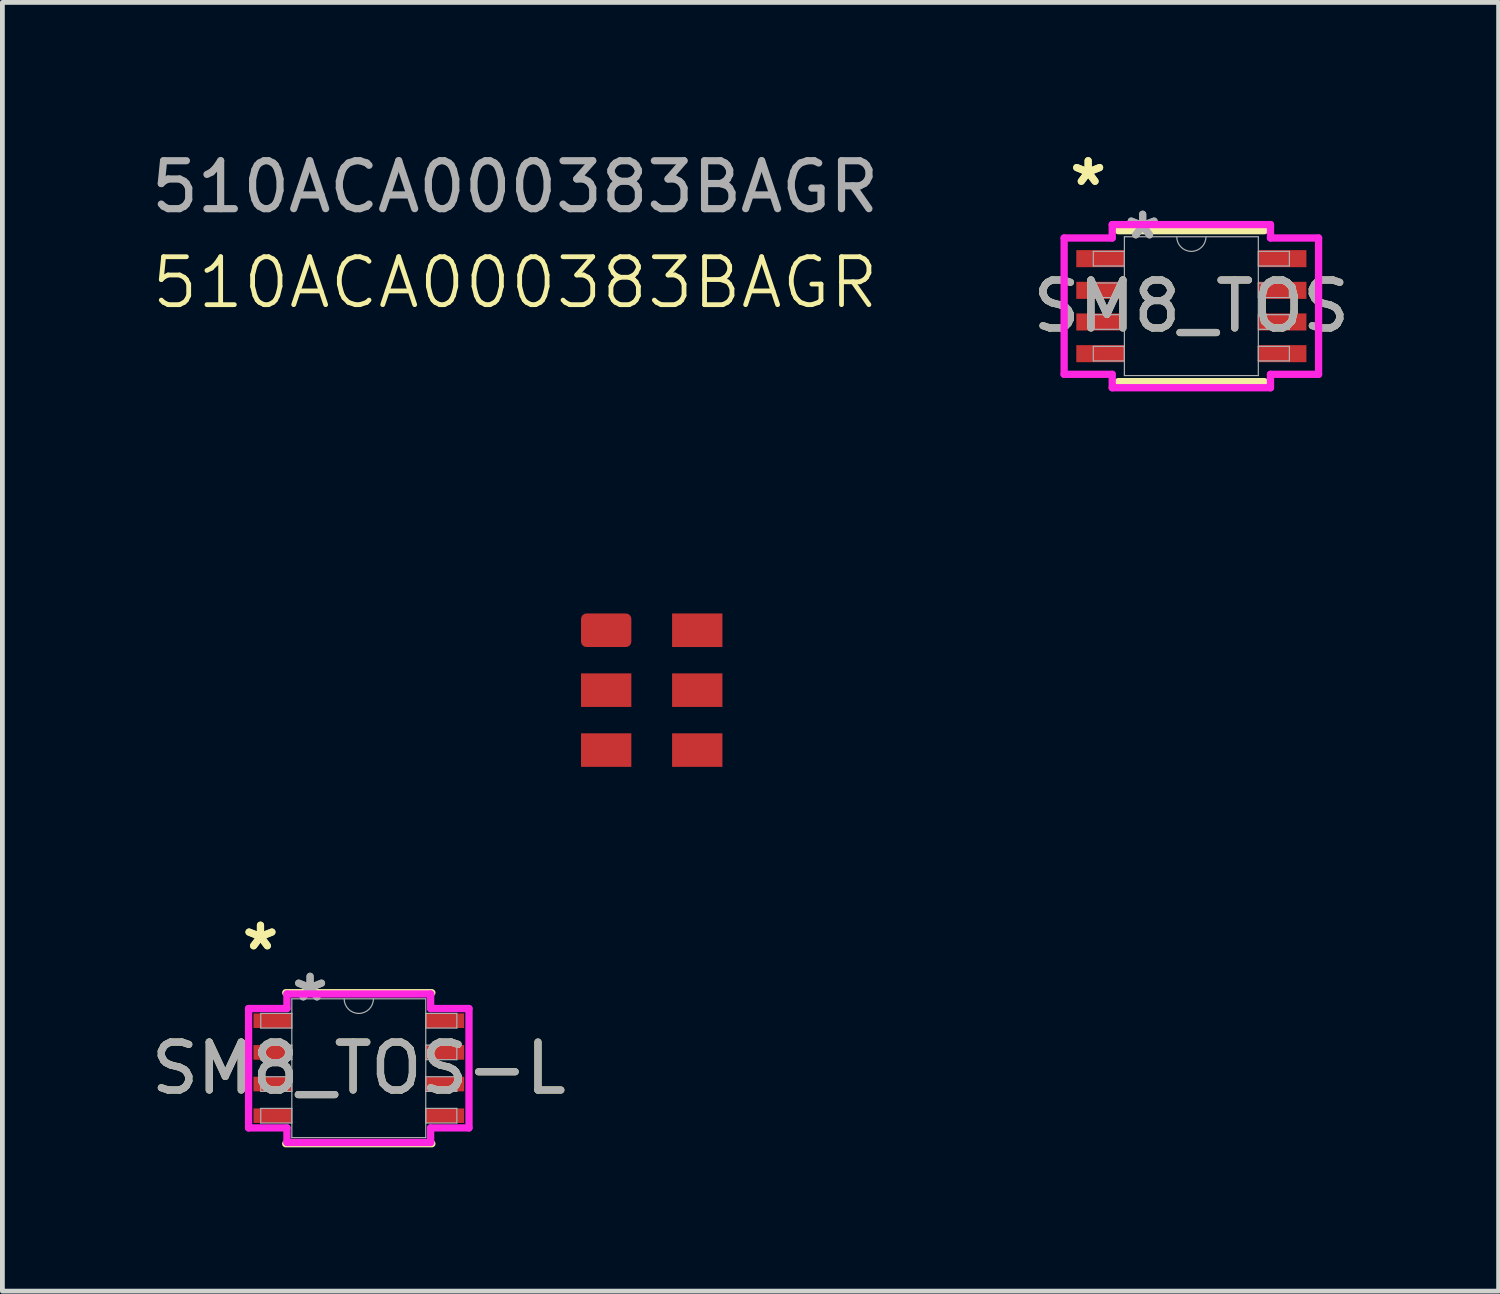
<source format=kicad_pcb>
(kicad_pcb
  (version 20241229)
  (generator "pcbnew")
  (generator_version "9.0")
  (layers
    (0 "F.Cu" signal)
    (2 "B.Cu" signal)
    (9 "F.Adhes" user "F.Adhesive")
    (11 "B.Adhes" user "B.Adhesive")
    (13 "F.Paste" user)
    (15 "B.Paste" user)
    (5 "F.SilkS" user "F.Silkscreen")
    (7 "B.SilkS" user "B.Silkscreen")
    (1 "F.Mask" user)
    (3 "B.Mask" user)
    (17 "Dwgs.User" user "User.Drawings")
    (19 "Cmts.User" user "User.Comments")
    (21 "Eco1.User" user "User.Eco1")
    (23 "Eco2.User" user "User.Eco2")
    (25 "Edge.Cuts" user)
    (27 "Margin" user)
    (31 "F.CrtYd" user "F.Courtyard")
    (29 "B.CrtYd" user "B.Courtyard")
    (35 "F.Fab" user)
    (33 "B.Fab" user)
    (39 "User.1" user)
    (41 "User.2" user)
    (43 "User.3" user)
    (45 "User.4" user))
  (footprint "510ACA000383BAGR"
    (layer "F.Cu")
    (at 7.696 8.848)
    (property "Reference" "510ACA000383BAGR" (at 0 -6 0) (unlocked yes) (layer "F.SilkS") (effects (font (size 1 1) (thickness 0.1))))
    (attr smd)
    (fp_text user "${REFERENCE}" (at 0 -8 0) (unlocked yes) (layer "F.Fab") (effects (font (size 1 1) (thickness 0.15))))
    (pad "1" smd roundrect (at 1.9 1.25) (size 1.05 0.7) (layers "F.Cu" "F.Mask" "F.Paste") (roundrect_rratio 0.164))
    (pad "2" smd rect (at 1.9 2.5) (size 1.05 0.7) (layers "F.Cu" "F.Mask" "F.Paste"))
    (pad "3" smd rect (at 1.9 3.75) (size 1.05 0.7) (layers "F.Cu" "F.Mask" "F.Paste"))
    (pad "4" smd rect (at 3.8 3.75) (size 1.05 0.7) (layers "F.Cu" "F.Mask" "F.Paste"))
    (pad "5" smd rect (at 3.8 2.5) (size 1.05 0.7) (layers "F.Cu" "F.Mask" "F.Paste"))
    (pad "6" smd rect (at 3.8 1.25) (size 1.05 0.7) (layers "F.Cu" "F.Mask" "F.Paste")))
  (footprint "SM8_TOS"
    (layer "F.Cu")
    (at 21.804 3.337)
    (property "Reference" "SM8_TOS" (at 0 0 0) (unlocked yes) (layer "F.SilkS") (effects (font (size 1 1) (thickness 0.15))))
    (attr smd)
    (fp_line (start -1.524 1.575) (end 1.524 1.575) (stroke (width 0.152) (type solid)) (layer "F.SilkS"))
    (fp_line (start 1.524 -1.575) (end -1.524 -1.575) (stroke (width 0.152) (type solid)) (layer "F.SilkS"))
    (fp_line (start -2.654 -1.422) (end -1.651 -1.422) (stroke (width 0.152) (type solid)) (layer "F.CrtYd"))
    (fp_line (start -2.654 1.422) (end -2.654 -1.422) (stroke (width 0.152) (type solid)) (layer "F.CrtYd"))
    (fp_line (start -2.654 1.422) (end -1.651 1.422) (stroke (width 0.152) (type solid)) (layer "F.CrtYd"))
    (fp_line (start -1.651 -1.702) (end 1.651 -1.702) (stroke (width 0.152) (type solid)) (layer "F.CrtYd"))
    (fp_line (start -1.651 -1.422) (end -1.651 -1.702) (stroke (width 0.152) (type solid)) (layer "F.CrtYd"))
    (fp_line (start -1.651 1.702) (end -1.651 1.422) (stroke (width 0.152) (type solid)) (layer "F.CrtYd"))
    (fp_line (start 1.651 -1.702) (end 1.651 -1.422) (stroke (width 0.152) (type solid)) (layer "F.CrtYd"))
    (fp_line (start 1.651 1.422) (end 1.651 1.702) (stroke (width 0.152) (type solid)) (layer "F.CrtYd"))
    (fp_line (start 1.651 1.702) (end -1.651 1.702) (stroke (width 0.152) (type solid)) (layer "F.CrtYd"))
    (fp_line (start 2.654 -1.422) (end 1.651 -1.422) (stroke (width 0.152) (type solid)) (layer "F.CrtYd"))
    (fp_line (start 2.654 -1.422) (end 2.654 1.422) (stroke (width 0.152) (type solid)) (layer "F.CrtYd"))
    (fp_line (start 2.654 1.422) (end 1.651 1.422) (stroke (width 0.152) (type solid)) (layer "F.CrtYd"))
    (fp_line (start -2.045 -1.143) (end -2.045 -0.838) (stroke (width 0.025) (type solid)) (layer "F.Fab"))
    (fp_line (start -2.045 -0.838) (end -1.397 -0.838) (stroke (width 0.025) (type solid)) (layer "F.Fab"))
    (fp_line (start -2.045 -0.483) (end -2.045 -0.178) (stroke (width 0.025) (type solid)) (layer "F.Fab"))
    (fp_line (start -2.045 -0.178) (end -1.397 -0.178) (stroke (width 0.025) (type solid)) (layer "F.Fab"))
    (fp_line (start -2.045 0.178) (end -2.045 0.483) (stroke (width 0.025) (type solid)) (layer "F.Fab"))
    (fp_line (start -2.045 0.483) (end -1.397 0.483) (stroke (width 0.025) (type solid)) (layer "F.Fab"))
    (fp_line (start -2.045 0.838) (end -2.045 1.143) (stroke (width 0.025) (type solid)) (layer "F.Fab"))
    (fp_line (start -2.045 1.143) (end -1.397 1.143) (stroke (width 0.025) (type solid)) (layer "F.Fab"))
    (fp_line (start -1.397 -1.448) (end -1.397 1.448) (stroke (width 0.025) (type solid)) (layer "F.Fab"))
    (fp_line (start -1.397 -1.143) (end -2.045 -1.143) (stroke (width 0.025) (type solid)) (layer "F.Fab"))
    (fp_line (start -1.397 -0.838) (end -1.397 -1.143) (stroke (width 0.025) (type solid)) (layer "F.Fab"))
    (fp_line (start -1.397 -0.483) (end -2.045 -0.483) (stroke (width 0.025) (type solid)) (layer "F.Fab"))
    (fp_line (start -1.397 -0.178) (end -1.397 -0.483) (stroke (width 0.025) (type solid)) (layer "F.Fab"))
    (fp_line (start -1.397 0.178) (end -2.045 0.178) (stroke (width 0.025) (type solid)) (layer "F.Fab"))
    (fp_line (start -1.397 0.483) (end -1.397 0.178) (stroke (width 0.025) (type solid)) (layer "F.Fab"))
    (fp_line (start -1.397 0.838) (end -2.045 0.838) (stroke (width 0.025) (type solid)) (layer "F.Fab"))
    (fp_line (start -1.397 1.143) (end -1.397 0.838) (stroke (width 0.025) (type solid)) (layer "F.Fab"))
    (fp_line (start -1.397 1.448) (end 1.397 1.448) (stroke (width 0.025) (type solid)) (layer "F.Fab"))
    (fp_line (start 1.397 -1.448) (end -1.397 -1.448) (stroke (width 0.025) (type solid)) (layer "F.Fab"))
    (fp_line (start 1.397 -1.143) (end 1.397 -0.838) (stroke (width 0.025) (type solid)) (layer "F.Fab"))
    (fp_line (start 1.397 -0.838) (end 2.045 -0.838) (stroke (width 0.025) (type solid)) (layer "F.Fab"))
    (fp_line (start 1.397 -0.483) (end 1.397 -0.178) (stroke (width 0.025) (type solid)) (layer "F.Fab"))
    (fp_line (start 1.397 -0.178) (end 2.045 -0.178) (stroke (width 0.025) (type solid)) (layer "F.Fab"))
    (fp_line (start 1.397 0.178) (end 1.397 0.483) (stroke (width 0.025) (type solid)) (layer "F.Fab"))
    (fp_line (start 1.397 0.483) (end 2.045 0.483) (stroke (width 0.025) (type solid)) (layer "F.Fab"))
    (fp_line (start 1.397 0.838) (end 1.397 1.143) (stroke (width 0.025) (type solid)) (layer "F.Fab"))
    (fp_line (start 1.397 1.143) (end 2.045 1.143) (stroke (width 0.025) (type solid)) (layer "F.Fab"))
    (fp_line (start 1.397 1.448) (end 1.397 -1.448) (stroke (width 0.025) (type solid)) (layer "F.Fab"))
    (fp_line (start 2.045 -1.143) (end 1.397 -1.143) (stroke (width 0.025) (type solid)) (layer "F.Fab"))
    (fp_line (start 2.045 -0.838) (end 2.045 -1.143) (stroke (width 0.025) (type solid)) (layer "F.Fab"))
    (fp_line (start 2.045 -0.483) (end 1.397 -0.483) (stroke (width 0.025) (type solid)) (layer "F.Fab"))
    (fp_line (start 2.045 -0.178) (end 2.045 -0.483) (stroke (width 0.025) (type solid)) (layer "F.Fab"))
    (fp_line (start 2.045 0.178) (end 1.397 0.178) (stroke (width 0.025) (type solid)) (layer "F.Fab"))
    (fp_line (start 2.045 0.483) (end 2.045 0.178) (stroke (width 0.025) (type solid)) (layer "F.Fab"))
    (fp_line (start 2.045 0.838) (end 1.397 0.838) (stroke (width 0.025) (type solid)) (layer "F.Fab"))
    (fp_line (start 2.045 1.143) (end 2.045 0.838) (stroke (width 0.025) (type solid)) (layer "F.Fab"))
    (fp_arc (start 0.3048 -1.4478) (mid 0 -1.143) (end -0.3048 -1.4478) (stroke (width 0.0254) (type solid)) (layer "F.Fab"))
    (fp_text user "*" (at -2.153 -2.489 0) (layer "F.SilkS") (effects (font (size 1 1) (thickness 0.15))))
    (fp_text user "*" (at -2.153 -2.489 0) (unlocked yes) (layer "F.SilkS") (effects (font (size 1 1) (thickness 0.15))))
    (fp_text user "*" (at -1.016 -1.372 0) (unlocked yes) (layer "F.Fab") (effects (font (size 1 1) (thickness 0.15))))
    (fp_text user "*" (at -1.016 -1.372 0) (layer "F.Fab") (effects (font (size 1 1) (thickness 0.15))))
    (fp_text user "${REFERENCE}" (at 0 0 0) (unlocked yes) (layer "F.Fab") (effects (font (size 1 1) (thickness 0.15))))
    (pad "1" smd rect (at -1.899 -0.991) (size 1.003 0.356) (layers "F.Cu" "F.Mask" "F.Paste"))
    (pad "2" smd rect (at -1.899 -0.33) (size 1.003 0.356) (layers "F.Cu" "F.Mask" "F.Paste"))
    (pad "3" smd rect (at -1.899 0.33) (size 1.003 0.356) (layers "F.Cu" "F.Mask" "F.Paste"))
    (pad "4" smd rect (at -1.899 0.991) (size 1.003 0.356) (layers "F.Cu" "F.Mask" "F.Paste"))
    (pad "5" smd rect (at 1.899 0.991) (size 1.003 0.356) (layers "F.Cu" "F.Mask" "F.Paste"))
    (pad "6" smd rect (at 1.899 0.33) (size 1.003 0.356) (layers "F.Cu" "F.Mask" "F.Paste"))
    (pad "7" smd rect (at 1.899 -0.33) (size 1.003 0.356) (layers "F.Cu" "F.Mask" "F.Paste"))
    (pad "8" smd rect (at 1.899 -0.991) (size 1.003 0.356) (layers "F.Cu" "F.Mask" "F.Paste")))
  (footprint "SM8_TOS-L"
    (layer "F.Cu")
    (at 4.435 19.235)
    (property "Reference" "SM8_TOS-L" (at 0 0 0) (unlocked yes) (layer "F.SilkS") (effects (font (size 1 1) (thickness 0.15))))
    (attr smd)
    (fp_line (start -1.524 1.575) (end 1.524 1.575) (stroke (width 0.152) (type solid)) (layer "F.SilkS"))
    (fp_line (start 1.524 -1.575) (end -1.524 -1.575) (stroke (width 0.152) (type solid)) (layer "F.SilkS"))
    (fp_line (start -2.299 -1.245) (end -1.499 -1.245) (stroke (width 0.152) (type solid)) (layer "F.CrtYd"))
    (fp_line (start -2.299 1.245) (end -2.299 -1.245) (stroke (width 0.152) (type solid)) (layer "F.CrtYd"))
    (fp_line (start -2.299 1.245) (end -1.499 1.245) (stroke (width 0.152) (type solid)) (layer "F.CrtYd"))
    (fp_line (start -1.499 -1.549) (end 1.499 -1.549) (stroke (width 0.152) (type solid)) (layer "F.CrtYd"))
    (fp_line (start -1.499 -1.245) (end -1.499 -1.549) (stroke (width 0.152) (type solid)) (layer "F.CrtYd"))
    (fp_line (start -1.499 1.549) (end -1.499 1.245) (stroke (width 0.152) (type solid)) (layer "F.CrtYd"))
    (fp_line (start 1.499 -1.549) (end 1.499 -1.245) (stroke (width 0.152) (type solid)) (layer "F.CrtYd"))
    (fp_line (start 1.499 1.245) (end 1.499 1.549) (stroke (width 0.152) (type solid)) (layer "F.CrtYd"))
    (fp_line (start 1.499 1.549) (end -1.499 1.549) (stroke (width 0.152) (type solid)) (layer "F.CrtYd"))
    (fp_line (start 2.299 -1.245) (end 1.499 -1.245) (stroke (width 0.152) (type solid)) (layer "F.CrtYd"))
    (fp_line (start 2.299 -1.245) (end 2.299 1.245) (stroke (width 0.152) (type solid)) (layer "F.CrtYd"))
    (fp_line (start 2.299 1.245) (end 1.499 1.245) (stroke (width 0.152) (type solid)) (layer "F.CrtYd"))
    (fp_line (start -2.045 -1.143) (end -2.045 -0.838) (stroke (width 0.025) (type solid)) (layer "F.Fab"))
    (fp_line (start -2.045 -0.838) (end -1.397 -0.838) (stroke (width 0.025) (type solid)) (layer "F.Fab"))
    (fp_line (start -2.045 -0.483) (end -2.045 -0.178) (stroke (width 0.025) (type solid)) (layer "F.Fab"))
    (fp_line (start -2.045 -0.178) (end -1.397 -0.178) (stroke (width 0.025) (type solid)) (layer "F.Fab"))
    (fp_line (start -2.045 0.178) (end -2.045 0.483) (stroke (width 0.025) (type solid)) (layer "F.Fab"))
    (fp_line (start -2.045 0.483) (end -1.397 0.483) (stroke (width 0.025) (type solid)) (layer "F.Fab"))
    (fp_line (start -2.045 0.838) (end -2.045 1.143) (stroke (width 0.025) (type solid)) (layer "F.Fab"))
    (fp_line (start -2.045 1.143) (end -1.397 1.143) (stroke (width 0.025) (type solid)) (layer "F.Fab"))
    (fp_line (start -1.397 -1.448) (end -1.397 1.448) (stroke (width 0.025) (type solid)) (layer "F.Fab"))
    (fp_line (start -1.397 -1.143) (end -2.045 -1.143) (stroke (width 0.025) (type solid)) (layer "F.Fab"))
    (fp_line (start -1.397 -0.838) (end -1.397 -1.143) (stroke (width 0.025) (type solid)) (layer "F.Fab"))
    (fp_line (start -1.397 -0.483) (end -2.045 -0.483) (stroke (width 0.025) (type solid)) (layer "F.Fab"))
    (fp_line (start -1.397 -0.178) (end -1.397 -0.483) (stroke (width 0.025) (type solid)) (layer "F.Fab"))
    (fp_line (start -1.397 0.178) (end -2.045 0.178) (stroke (width 0.025) (type solid)) (layer "F.Fab"))
    (fp_line (start -1.397 0.483) (end -1.397 0.178) (stroke (width 0.025) (type solid)) (layer "F.Fab"))
    (fp_line (start -1.397 0.838) (end -2.045 0.838) (stroke (width 0.025) (type solid)) (layer "F.Fab"))
    (fp_line (start -1.397 1.143) (end -1.397 0.838) (stroke (width 0.025) (type solid)) (layer "F.Fab"))
    (fp_line (start -1.397 1.448) (end 1.397 1.448) (stroke (width 0.025) (type solid)) (layer "F.Fab"))
    (fp_line (start 1.397 -1.448) (end -1.397 -1.448) (stroke (width 0.025) (type solid)) (layer "F.Fab"))
    (fp_line (start 1.397 -1.143) (end 1.397 -0.838) (stroke (width 0.025) (type solid)) (layer "F.Fab"))
    (fp_line (start 1.397 -0.838) (end 2.045 -0.838) (stroke (width 0.025) (type solid)) (layer "F.Fab"))
    (fp_line (start 1.397 -0.483) (end 1.397 -0.178) (stroke (width 0.025) (type solid)) (layer "F.Fab"))
    (fp_line (start 1.397 -0.178) (end 2.045 -0.178) (stroke (width 0.025) (type solid)) (layer "F.Fab"))
    (fp_line (start 1.397 0.178) (end 1.397 0.483) (stroke (width 0.025) (type solid)) (layer "F.Fab"))
    (fp_line (start 1.397 0.483) (end 2.045 0.483) (stroke (width 0.025) (type solid)) (layer "F.Fab"))
    (fp_line (start 1.397 0.838) (end 1.397 1.143) (stroke (width 0.025) (type solid)) (layer "F.Fab"))
    (fp_line (start 1.397 1.143) (end 2.045 1.143) (stroke (width 0.025) (type solid)) (layer "F.Fab"))
    (fp_line (start 1.397 1.448) (end 1.397 -1.448) (stroke (width 0.025) (type solid)) (layer "F.Fab"))
    (fp_line (start 2.045 -1.143) (end 1.397 -1.143) (stroke (width 0.025) (type solid)) (layer "F.Fab"))
    (fp_line (start 2.045 -0.838) (end 2.045 -1.143) (stroke (width 0.025) (type solid)) (layer "F.Fab"))
    (fp_line (start 2.045 -0.483) (end 1.397 -0.483) (stroke (width 0.025) (type solid)) (layer "F.Fab"))
    (fp_line (start 2.045 -0.178) (end 2.045 -0.483) (stroke (width 0.025) (type solid)) (layer "F.Fab"))
    (fp_line (start 2.045 0.178) (end 1.397 0.178) (stroke (width 0.025) (type solid)) (layer "F.Fab"))
    (fp_line (start 2.045 0.483) (end 2.045 0.178) (stroke (width 0.025) (type solid)) (layer "F.Fab"))
    (fp_line (start 2.045 0.838) (end 1.397 0.838) (stroke (width 0.025) (type solid)) (layer "F.Fab"))
    (fp_line (start 2.045 1.143) (end 2.045 0.838) (stroke (width 0.025) (type solid)) (layer "F.Fab"))
    (fp_arc (start 0.3048 -1.4478) (mid 0 -1.143) (end -0.3048 -1.4478) (stroke (width 0.0254) (type solid)) (layer "F.Fab"))
    (fp_text user "*" (at -2.051 -2.438 0) (unlocked yes) (layer "F.SilkS") (effects (font (size 1 1) (thickness 0.15))))
    (fp_text user "*" (at -2.051 -2.438 0) (layer "F.SilkS") (effects (font (size 1 1) (thickness 0.15))))
    (fp_text user "*" (at -1.016 -1.372 0) (layer "F.Fab") (effects (font (size 1 1) (thickness 0.15))))
    (fp_text user "*" (at -1.016 -1.372 0) (unlocked yes) (layer "F.Fab") (effects (font (size 1 1) (thickness 0.15))))
    (fp_text user "${REFERENCE}" (at 0 0 0) (unlocked yes) (layer "F.Fab") (effects (font (size 1 1) (thickness 0.15))))
    (pad "1" smd rect (at -1.797 -0.991) (size 0.8 0.305) (layers "F.Cu" "F.Mask" "F.Paste"))
    (pad "2" smd rect (at -1.797 -0.33) (size 0.8 0.305) (layers "F.Cu" "F.Mask" "F.Paste"))
    (pad "3" smd rect (at -1.797 0.33) (size 0.8 0.305) (layers "F.Cu" "F.Mask" "F.Paste"))
    (pad "4" smd rect (at -1.797 0.991) (size 0.8 0.305) (layers "F.Cu" "F.Mask" "F.Paste"))
    (pad "5" smd rect (at 1.797 0.991) (size 0.8 0.305) (layers "F.Cu" "F.Mask" "F.Paste"))
    (pad "6" smd rect (at 1.797 0.33) (size 0.8 0.305) (layers "F.Cu" "F.Mask" "F.Paste"))
    (pad "7" smd rect (at 1.797 -0.33) (size 0.8 0.305) (layers "F.Cu" "F.Mask" "F.Paste"))
    (pad "8" smd rect (at 1.797 -0.991) (size 0.8 0.305) (layers "F.Cu" "F.Mask" "F.Paste")))
  (gr_rect
    (start -3 -3)
    (end 28.214 23.886)
    (stroke (width 0.1) (type default))
    (fill no)
    (layer "Edge.Cuts")))
</source>
